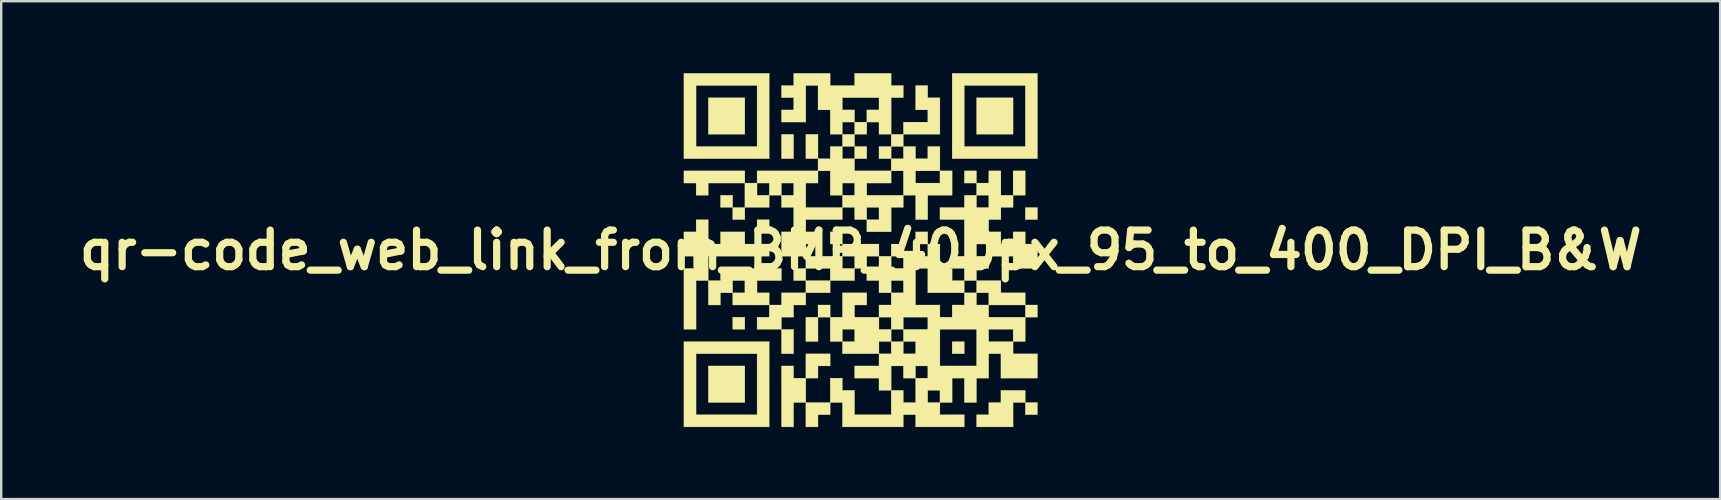
<source format=kicad_pcb>
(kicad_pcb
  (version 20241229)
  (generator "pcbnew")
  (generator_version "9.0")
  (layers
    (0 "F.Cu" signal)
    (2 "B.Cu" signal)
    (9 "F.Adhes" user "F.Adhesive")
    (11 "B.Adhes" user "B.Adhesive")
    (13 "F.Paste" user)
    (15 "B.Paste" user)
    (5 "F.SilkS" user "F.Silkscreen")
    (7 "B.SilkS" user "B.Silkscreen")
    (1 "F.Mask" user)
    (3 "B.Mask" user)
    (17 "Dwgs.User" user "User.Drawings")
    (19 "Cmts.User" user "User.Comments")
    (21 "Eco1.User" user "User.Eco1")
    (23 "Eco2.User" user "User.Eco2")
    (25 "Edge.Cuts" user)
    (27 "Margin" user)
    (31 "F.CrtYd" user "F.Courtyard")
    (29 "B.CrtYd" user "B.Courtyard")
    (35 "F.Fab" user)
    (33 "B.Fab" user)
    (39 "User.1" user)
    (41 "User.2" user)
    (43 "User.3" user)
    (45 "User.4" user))
  (footprint "qr-code_web_link_from_BMP_400px_95_to_400_DPI_B&W"
    (layer "F.Cu")
    (at 32.81 7.371)
    (property "Reference" "qr-code_web_link_from_BMP_400px_95_to_400_DPI_B&W" (at 0 0 0) (layer "F.SilkS") (effects (font (size 1.524 1.524) (thickness 0.3))))
    (attr through_hole)
    (fp_poly (pts (xy -5.334 -1.778) (xy -5.842 -1.778) (xy -5.842 -2.286) (xy -5.334 -2.286) (xy -5.334 -1.778)) (stroke (width 0.01) (type solid)) (fill yes) (layer "F.SilkS"))
    (fp_poly (pts (xy -4.826 -4.826) (xy -6.35 -4.826) (xy -6.35 -6.35) (xy -4.826 -6.35) (xy -4.826 -4.826)) (stroke (width 0.01) (type solid)) (fill yes) (layer "F.SilkS"))
    (fp_poly (pts (xy -4.826 -1.27) (xy -5.334 -1.27) (xy -5.334 -1.778) (xy -4.826 -1.778) (xy -4.826 -1.27)) (stroke (width 0.01) (type solid)) (fill yes) (layer "F.SilkS"))
    (fp_poly (pts (xy -4.826 3.302) (xy -5.334 3.302) (xy -5.334 2.794) (xy -4.826 2.794) (xy -4.826 3.302)) (stroke (width 0.01) (type solid)) (fill yes) (layer "F.SilkS"))
    (fp_poly (pts (xy -4.826 6.35) (xy -6.35 6.35) (xy -6.35 4.826) (xy -4.826 4.826) (xy -4.826 6.35)) (stroke (width 0.01) (type solid)) (fill yes) (layer "F.SilkS"))
    (fp_poly (pts (xy -3.81 -0.762) (xy -4.318 -0.762) (xy -4.318 -1.27) (xy -3.81 -1.27) (xy -3.81 -0.762)) (stroke (width 0.01) (type solid)) (fill yes) (layer "F.SilkS"))
    (fp_poly (pts (xy -2.794 -3.81) (xy -3.302 -3.81) (xy -3.302 -4.826) (xy -2.794 -4.826) (xy -2.794 -3.81)) (stroke (width 0.01) (type solid)) (fill yes) (layer "F.SilkS"))
    (fp_poly (pts (xy -2.794 4.318) (xy -3.302 4.318) (xy -3.302 3.302) (xy -2.794 3.302) (xy -2.794 4.318)) (stroke (width 0.01) (type solid)) (fill yes) (layer "F.SilkS"))
    (fp_poly (pts (xy -1.778 -3.81) (xy -2.286 -3.81) (xy -2.286 -4.826) (xy -1.778 -4.826) (xy -1.778 -3.81)) (stroke (width 0.01) (type solid)) (fill yes) (layer "F.SilkS"))
    (fp_poly (pts (xy -1.778 3.81) (xy -2.286 3.81) (xy -2.286 2.794) (xy -1.778 2.794) (xy -1.778 3.81)) (stroke (width 0.01) (type solid)) (fill yes) (layer "F.SilkS"))
    (fp_poly (pts (xy -1.27 2.794) (xy -1.778 2.794) (xy -1.778 2.286) (xy -1.27 2.286) (xy -1.27 2.794)) (stroke (width 0.01) (type solid)) (fill yes) (layer "F.SilkS"))
    (fp_poly (pts (xy -0.762 -0.254) (xy -1.27 -0.254) (xy -1.27 -0.762) (xy -0.762 -0.762) (xy -0.762 -0.254)) (stroke (width 0.01) (type solid)) (fill yes) (layer "F.SilkS"))
    (fp_poly (pts (xy 0.254 -4.826) (xy -0.254 -4.826) (xy -0.254 -5.334) (xy 0.254 -5.334) (xy 0.254 -4.826)) (stroke (width 0.01) (type solid)) (fill yes) (layer "F.SilkS"))
    (fp_poly (pts (xy 0.254 -3.81) (xy -0.254 -3.81) (xy -0.254 -4.318) (xy 0.254 -4.318) (xy 0.254 -3.81)) (stroke (width 0.01) (type solid)) (fill yes) (layer "F.SilkS"))
    (fp_poly (pts (xy 1.27 -3.81) (xy 0.762 -3.81) (xy 0.762 -4.318) (xy 1.27 -4.318) (xy 1.27 -3.81)) (stroke (width 0.01) (type solid)) (fill yes) (layer "F.SilkS"))
    (fp_poly (pts (xy 2.794 -0.254) (xy 2.286 -0.254) (xy 2.286 -0.762) (xy 2.794 -0.762) (xy 2.794 -0.254)) (stroke (width 0.01) (type solid)) (fill yes) (layer "F.SilkS"))
    (fp_poly (pts (xy 4.318 4.318) (xy 3.81 4.318) (xy 3.81 3.81) (xy 4.318 3.81) (xy 4.318 4.318)) (stroke (width 0.01) (type solid)) (fill yes) (layer "F.SilkS"))
    (fp_poly (pts (xy 4.826 -2.794) (xy 4.318 -2.794) (xy 4.318 -3.302) (xy 4.826 -3.302) (xy 4.826 -2.794)) (stroke (width 0.01) (type solid)) (fill yes) (layer "F.SilkS"))
    (fp_poly (pts (xy 6.35 -4.826) (xy 4.826 -4.826) (xy 4.826 -6.35) (xy 6.35 -6.35) (xy 6.35 -4.826)) (stroke (width 0.01) (type solid)) (fill yes) (layer "F.SilkS"))
    (fp_poly (pts (xy 6.858 -2.286) (xy 6.35 -2.286) (xy 6.35 -3.302) (xy 6.858 -3.302) (xy 6.858 -2.286)) (stroke (width 0.01) (type solid)) (fill yes) (layer "F.SilkS"))
    (fp_poly (pts (xy 7.366 -1.27) (xy 6.858 -1.27) (xy 6.858 -1.778) (xy 7.366 -1.778) (xy 7.366 -1.27)) (stroke (width 0.01) (type solid)) (fill yes) (layer "F.SilkS"))
    (fp_poly (pts (xy 7.366 2.794) (xy 6.858 2.794) (xy 6.858 2.286) (xy 7.366 2.286) (xy 7.366 2.794)) (stroke (width 0.01) (type solid)) (fill yes) (layer "F.SilkS"))
    (fp_poly (pts (xy 7.366 6.858) (xy 6.858 6.858) (xy 6.858 6.35) (xy 7.366 6.35) (xy 7.366 6.858)) (stroke (width 0.01) (type solid)) (fill yes) (layer "F.SilkS"))
    (fp_poly (pts (xy -1.27 4.826) (xy -1.778 4.826) (xy -1.778 5.334) (xy -2.286 5.334) (xy -2.286 4.318) (xy -1.27 4.318) (xy -1.27 4.826)) (stroke (width 0.01) (type solid)) (fill yes) (layer "F.SilkS"))
    (fp_poly (pts (xy -1.27 6.858) (xy -1.778 6.858) (xy -1.778 7.366) (xy -2.286 7.366) (xy -2.286 6.35) (xy -1.27 6.35) (xy -1.27 6.858)) (stroke (width 0.01) (type solid)) (fill yes) (layer "F.SilkS"))
    (fp_poly (pts (xy -4.826 -2.794) (xy -6.35 -2.794) (xy -6.35 -2.286) (xy -6.858 -2.286) (xy -6.858 -2.794) (xy -7.366 -2.794) (xy -7.366 -3.302) (xy -4.826 -3.302) (xy -4.826 -2.794)) (stroke (width 0.01) (type solid)) (fill yes) (layer "F.SilkS"))
    (fp_poly (pts (xy -2.794 5.334) (xy -2.286 5.334) (xy -2.286 6.35) (xy -2.794 6.35) (xy -2.794 7.366) (xy -3.302 7.366) (xy -3.302 4.826) (xy -2.794 4.826) (xy -2.794 5.334)) (stroke (width 0.01) (type solid)) (fill yes) (layer "F.SilkS"))
    (fp_poly (pts (xy 2.794 -6.35) (xy 3.302 -6.35) (xy 3.302 -4.826) (xy 1.778 -4.826) (xy 1.778 -5.334) (xy 2.794 -5.334) (xy 2.794 -5.842) (xy 2.286 -5.842) (xy 2.286 -6.858) (xy 2.794 -6.858) (xy 2.794 -6.35)) (stroke (width 0.01) (type solid)) (fill yes) (layer "F.SilkS"))
    (fp_poly (pts (xy 6.858 6.35) (xy 6.35 6.35) (xy 6.35 7.366) (xy 4.826 7.366) (xy 4.826 6.858) (xy 5.334 6.858) (xy 5.334 6.35) (xy 5.842 6.35) (xy 5.842 5.842) (xy 6.858 5.842) (xy 6.858 6.35)) (stroke (width 0.01) (type solid)) (fill yes) (layer "F.SilkS"))
    (fp_poly (pts (xy -3.81 -3.81) (xy -7.366 -3.81) (xy -7.366 -6.858) (xy -6.858 -6.858) (xy -6.858 -4.318) (xy -4.318 -4.318) (xy -4.318 -6.858) (xy -6.858 -6.858) (xy -7.366 -6.858) (xy -7.366 -7.366) (xy -3.81 -7.366) (xy -3.81 -3.81)) (stroke (width 0.01) (type solid)) (fill yes) (layer "F.SilkS"))
    (fp_poly (pts (xy -3.81 7.366) (xy -7.366 7.366) (xy -7.366 4.318) (xy -6.858 4.318) (xy -6.858 6.858) (xy -4.318 6.858) (xy -4.318 4.318) (xy -6.858 4.318) (xy -7.366 4.318) (xy -7.366 3.81) (xy -3.81 3.81) (xy -3.81 7.366)) (stroke (width 0.01) (type solid)) (fill yes) (layer "F.SilkS"))
    (fp_poly (pts (xy 7.366 -3.81) (xy 3.81 -3.81) (xy 3.81 -6.858) (xy 4.318 -6.858) (xy 4.318 -4.318) (xy 6.858 -4.318) (xy 6.858 -6.858) (xy 4.318 -6.858) (xy 3.81 -6.858) (xy 3.81 -7.366) (xy 7.366 -7.366) (xy 7.366 -3.81)) (stroke (width 0.01) (type solid)) (fill yes) (layer "F.SilkS"))
    (fp_poly (pts (xy -2.286 2.286) (xy -2.794 2.286) (xy -2.794 2.794) (xy -3.302 2.794) (xy -3.302 3.302) (xy -4.318 3.302) (xy -4.318 2.794) (xy -3.81 2.794) (xy -3.81 2.286) (xy -3.302 2.286) (xy -3.302 1.778) (xy -2.286 1.778) (xy -2.286 2.286)) (stroke (width 0.01) (type solid)) (fill yes) (layer "F.SilkS"))
    (fp_poly (pts (xy -6.35 -0.254) (xy -5.842 -0.254) (xy -5.842 -0.762) (xy -4.826 -0.762) (xy -4.826 -0.254) (xy -3.81 -0.254) (xy -3.81 0.254) (xy -6.35 0.254) (xy -6.35 1.27) (xy -6.858 1.27) (xy -6.858 3.302) (xy -7.366 3.302) (xy -7.366 0.762) (xy -6.858 0.762) (xy -6.858 0.254) (xy -7.366 0.254) (xy -7.366 -0.762) (xy -6.858 -0.762) (xy -6.858 -1.27) (xy -6.35 -1.27) (xy -6.35 -0.254)) (stroke (width 0.01) (type solid)) (fill yes) (layer "F.SilkS"))
    (fp_poly (pts (xy -3.302 1.27) (xy -4.318 1.27) (xy -4.318 1.778) (xy -3.81 1.778) (xy -3.81 2.286) (xy -5.334 2.286) (xy -5.334 1.778) (xy -5.842 1.778) (xy -5.842 2.286) (xy -6.35 2.286) (xy -6.35 1.27) (xy -5.842 1.27) (xy -5.334 1.27) (xy -5.334 1.778) (xy -4.826 1.778) (xy -4.826 1.27) (xy -5.334 1.27) (xy -5.842 1.27) (xy -5.842 0.762) (xy -3.302 0.762) (xy -3.302 1.27)) (stroke (width 0.01) (type solid)) (fill yes) (layer "F.SilkS"))
    (fp_poly (pts (xy 3.81 -3.302) (xy 3.81 -2.286) (xy 2.794 -2.286) (xy 2.794 -1.27) (xy 2.286 -1.27) (xy 2.286 -2.286) (xy 1.778 -2.286) (xy 1.778 -1.778) (xy 1.27 -1.778) (xy 1.27 -0.762) (xy 0.254 -0.762) (xy 0.254 -1.27) (xy -0.254 -1.27) (xy -0.254 -1.778) (xy 0.254 -1.778) (xy 0.254 -1.27) (xy 0.762 -1.27) (xy 0.762 -1.778) (xy 0.254 -1.778) (xy -0.254 -1.778) (xy -0.762 -1.778) (xy -0.762 -1.27) (xy -2.286 -1.27) (xy -2.286 -0.762) (xy -1.778 -0.762) (xy -1.778 -0.254) (xy -2.286 -0.254) (xy -2.286 0.254) (xy -3.302 0.254) (xy -3.302 -0.762) (xy -2.794 -0.762) (xy -2.794 -1.778) (xy -3.302 -1.778) (xy -3.302 -2.286) (xy -3.81 -2.286) (xy -3.81 -1.778) (xy -4.826 -1.778) (xy -4.826 -2.794) (xy -4.318 -2.794) (xy -4.318 -2.286) (xy -3.81 -2.286) (xy -3.81 -2.794) (xy -3.302 -2.794) (xy -3.302 -2.286) (xy -2.794 -2.286) (xy -2.794 -2.794) (xy -2.286 -2.794) (xy -2.286 -1.778) (xy -0.762 -1.778) (xy -0.762 -2.286) (xy -1.27 -2.286) (xy -1.27 -2.794) (xy -0.762 -2.794) (xy -0.762 -2.286) (xy -0.254 -2.286) (xy -0.254 -2.794) (xy 0.254 -2.794) (xy 0.254 -2.286) (xy 1.778 -2.286) (xy 1.778 -3.302) (xy 2.286 -3.302) (xy 2.286 -2.794) (xy 3.302 -2.794) (xy 3.302 -3.302) (xy 2.286 -3.302) (xy 1.778 -3.302) (xy 1.27 -3.302) (xy 1.27 -2.794) (xy 0.254 -2.794) (xy -0.254 -2.794) (xy -0.762 -2.794) (xy -1.27 -2.794) (xy -1.27 -3.302) (xy -1.778 -3.302) (xy -1.778 -2.794) (xy -2.286 -2.794) (xy -2.794 -2.794) (xy -3.302 -2.794) (xy -3.81 -2.794) (xy -4.318 -2.794) (xy -4.318 -3.302) (xy -1.778 -3.302) (xy -1.778 -3.81) (xy -1.27 -3.81) (xy -1.27 -4.318) (xy -0.762 -4.318) (xy -0.762 -4.826) (xy -1.27 -4.826) (xy -1.27 -5.842) (xy -1.778 -5.842) (xy -1.778 -6.35) (xy -0.762 -6.35) (xy -0.762 -5.842) (xy -0.254 -5.842) (xy -0.254 -5.334) (xy -0.762 -5.334) (xy -0.762 -4.826) (xy -0.254 -4.826) (xy -0.254 -4.318) (xy -0.762 -4.318) (xy -0.762 -3.81) (xy -0.254 -3.81) (xy -0.254 -3.302) (xy 1.27 -3.302) (xy 1.27 -3.81) (xy 1.778 -3.81) (xy 1.778 -4.318) (xy 1.27 -4.318) (xy 1.27 -4.826) (xy 0.762 -4.826) (xy 0.762 -5.334) (xy 0.254 -5.334) (xy 0.254 -5.842) (xy 0.762 -5.842) (xy 0.762 -6.35) (xy -0.762 -6.35) (xy -1.778 -6.35) (xy -1.778 -6.858) (xy -2.286 -6.858) (xy -2.286 -5.334) (xy -3.302 -5.334) (xy -3.302 -5.842) (xy -2.794 -5.842) (xy -2.794 -6.35) (xy -3.302 -6.35) (xy -3.302 -6.858) (xy -2.794 -6.858) (xy -2.794 -7.366) (xy -1.27 -7.366) (xy -1.27 -6.858) (xy -0.254 -6.858) (xy -0.254 -7.366) (xy 1.27 -7.366) (xy 1.27 -6.858) (xy 1.778 -6.858) (xy 1.778 -6.35) (xy 1.27 -6.35) (xy 1.27 -4.826) (xy 1.778 -4.826) (xy 1.778 -4.318) (xy 2.286 -4.318) (xy 2.286 -3.81) (xy 2.794 -3.81) (xy 2.794 -4.318) (xy 3.302 -4.318) (xy 3.302 -3.302) (xy 3.81 -3.302)) (stroke (width 0.01) (type solid)) (fill yes) (layer "F.SilkS"))
    (fp_poly (pts (xy -1.27 5.334) (xy -0.762 5.334) (xy -0.762 5.842) (xy -0.254 5.842) (xy -0.254 6.858) (xy 1.27 6.858) (xy 1.27 5.842) (xy 0.762 5.842) (xy 0.762 5.334) (xy -0.254 5.334) (xy -0.254 4.826) (xy 0.762 4.826) (xy 1.27 4.826) (xy 1.27 5.842) (xy 1.778 5.842) (xy 1.778 6.35) (xy 2.286 6.35) (xy 2.286 5.842) (xy 2.794 5.842) (xy 2.794 6.35) (xy 3.302 6.35) (xy 3.302 5.842) (xy 2.794 5.842) (xy 2.286 5.842) (xy 2.286 5.334) (xy 1.778 5.334) (xy 1.778 4.826) (xy 2.286 4.826) (xy 2.286 5.334) (xy 2.794 5.334) (xy 2.794 4.826) (xy 2.286 4.826) (xy 1.778 4.826) (xy 1.27 4.826) (xy 0.762 4.826) (xy 0.762 4.318) (xy -0.762 4.318) (xy -0.762 3.81) (xy -1.27 3.81) (xy -1.27 3.302) (xy -0.762 3.302) (xy -0.762 3.81) (xy -0.254 3.81) (xy 0.762 3.81) (xy 0.762 4.318) (xy 1.27 4.318) (xy 1.27 3.81) (xy 0.762 3.81) (xy -0.254 3.81) (xy -0.254 3.302) (xy -0.762 3.302) (xy -1.27 3.302) (xy -1.27 2.794) (xy -0.762 2.794) (xy -0.762 1.778) (xy 0.254 1.778) (xy 0.254 2.286) (xy -0.254 2.286) (xy -0.254 2.794) (xy 0.762 2.794) (xy 0.762 3.302) (xy 1.27 3.302) (xy 1.27 3.81) (xy 1.778 3.81) (xy 1.778 4.318) (xy 2.286 4.318) (xy 2.286 3.81) (xy 1.778 3.81) (xy 1.778 3.302) (xy 1.27 3.302) (xy 1.27 2.794) (xy 1.778 2.794) (xy 1.778 3.302) (xy 2.794 3.302) (xy 3.302 3.302) (xy 3.302 4.826) (xy 4.826 4.826) (xy 4.826 3.302) (xy 5.334 3.302) (xy 5.334 3.81) (xy 6.35 3.81) (xy 6.35 3.302) (xy 5.334 3.302) (xy 4.826 3.302) (xy 3.302 3.302) (xy 2.794 3.302) (xy 2.794 2.794) (xy 1.778 2.794) (xy 1.27 2.794) (xy 0.762 2.794) (xy 0.762 2.286) (xy 1.27 2.286) (xy 1.27 1.778) (xy 0.762 1.778) (xy 0.762 1.27) (xy 1.27 1.27) (xy 1.27 1.778) (xy 1.778 1.778) (xy 1.778 1.27) (xy 1.27 1.27) (xy 0.762 1.27) (xy 0.254 1.27) (xy 0.254 0.762) (xy -0.254 0.762) (xy -0.254 1.27) (xy -1.27 1.27) (xy -1.27 1.778) (xy -2.286 1.778) (xy -2.286 1.27) (xy -2.794 1.27) (xy -2.794 0.762) (xy -2.286 0.762) (xy -2.286 1.27) (xy -1.27 1.27) (xy -1.27 0.762) (xy -2.286 0.762) (xy -2.286 0.254) (xy -0.762 0.254) (xy -0.762 0.762) (xy -0.254 0.762) (xy -0.254 0.254) (xy 0.254 0.254) (xy 0.254 0.762) (xy 0.762 0.762) (xy 0.762 0.254) (xy 0.254 0.254) (xy -0.254 0.254) (xy -0.762 0.254) (xy -0.762 -0.254) (xy 0.762 -0.254) (xy 0.762 0.254) (xy 1.27 0.254) (xy 1.27 0.762) (xy 1.778 0.762) (xy 2.286 0.762) (xy 2.286 2.286) (xy 3.302 2.286) (xy 3.302 2.794) (xy 3.81 2.794) (xy 3.81 2.286) (xy 4.318 2.286) (xy 4.318 1.778) (xy 2.794 1.778) (xy 2.794 0.762) (xy 2.286 0.762) (xy 1.778 0.762) (xy 1.778 0.254) (xy 1.27 0.254) (xy 1.27 -0.254) (xy 1.778 -0.254) (xy 1.778 0.254) (xy 2.794 0.254) (xy 2.794 -0.254) (xy 3.302 -0.254) (xy 3.302 0.762) (xy 3.81 0.762) (xy 3.81 1.27) (xy 4.318 1.27) (xy 4.318 1.778) (xy 4.826 1.778) (xy 4.826 2.286) (xy 5.334 2.286) (xy 5.334 1.778) (xy 4.826 1.778) (xy 4.826 1.27) (xy 4.318 1.27) (xy 4.318 0.762) (xy 3.81 0.762) (xy 3.81 0.254) (xy 4.318 0.254) (xy 4.318 -0.254) (xy 4.826 -0.254) (xy 4.826 0.254) (xy 5.334 0.254) (xy 5.334 -0.254) (xy 4.826 -0.254) (xy 4.318 -0.254) (xy 4.318 -1.27) (xy 3.302 -1.27) (xy 3.302 -1.778) (xy 4.318 -1.778) (xy 4.318 -2.286) (xy 4.826 -2.286) (xy 4.826 -1.778) (xy 5.334 -1.778) (xy 5.334 -2.286) (xy 4.826 -2.286) (xy 4.826 -2.794) (xy 5.334 -2.794) (xy 5.334 -3.302) (xy 5.842 -3.302) (xy 5.842 -2.286) (xy 6.35 -2.286) (xy 6.35 -1.778) (xy 5.842 -1.778) (xy 5.842 -1.27) (xy 5.334 -1.27) (xy 5.334 -0.762) (xy 5.842 -0.762) (xy 5.842 -0.254) (xy 6.35 -0.254) (xy 6.35 -0.762) (xy 6.858 -0.762) (xy 6.858 -0.254) (xy 7.366 -0.254) (xy 7.366 0.762) (xy 6.35 0.762) (xy 6.35 0.254) (xy 5.334 0.254) (xy 5.334 0.762) (xy 4.826 0.762) (xy 4.826 1.27) (xy 5.842 1.27) (xy 5.842 1.778) (xy 6.858 1.778) (xy 6.858 2.286) (xy 5.334 2.286) (xy 5.334 2.794) (xy 6.858 2.794) (xy 6.858 3.81) (xy 6.35 3.81) (xy 6.35 4.318) (xy 7.366 4.318) (xy 7.366 5.334) (xy 5.842 5.334) (xy 5.842 4.318) (xy 5.334 4.318) (xy 5.334 5.334) (xy 4.826 5.334) (xy 4.826 6.35) (xy 4.318 6.35) (xy 4.318 5.334) (xy 3.81 5.334) (xy 3.81 6.35) (xy 3.302 6.35) (xy 3.302 6.858) (xy 4.318 6.858) (xy 4.318 7.366) (xy 2.286 7.366) (xy 2.286 6.858) (xy 1.778 6.858) (xy 1.778 7.366) (xy -0.762 7.366) (xy -0.762 6.35) (xy -1.27 6.35) (xy -1.27 5.334)) (stroke (width 0.01) (type solid)) (fill yes) (layer "F.SilkS")))
  (gr_rect
    (start -3 -3)
    (end 68.619 17.742)
    (stroke (width 0.1) (type default))
    (fill no)
    (layer "Edge.Cuts")))
</source>
